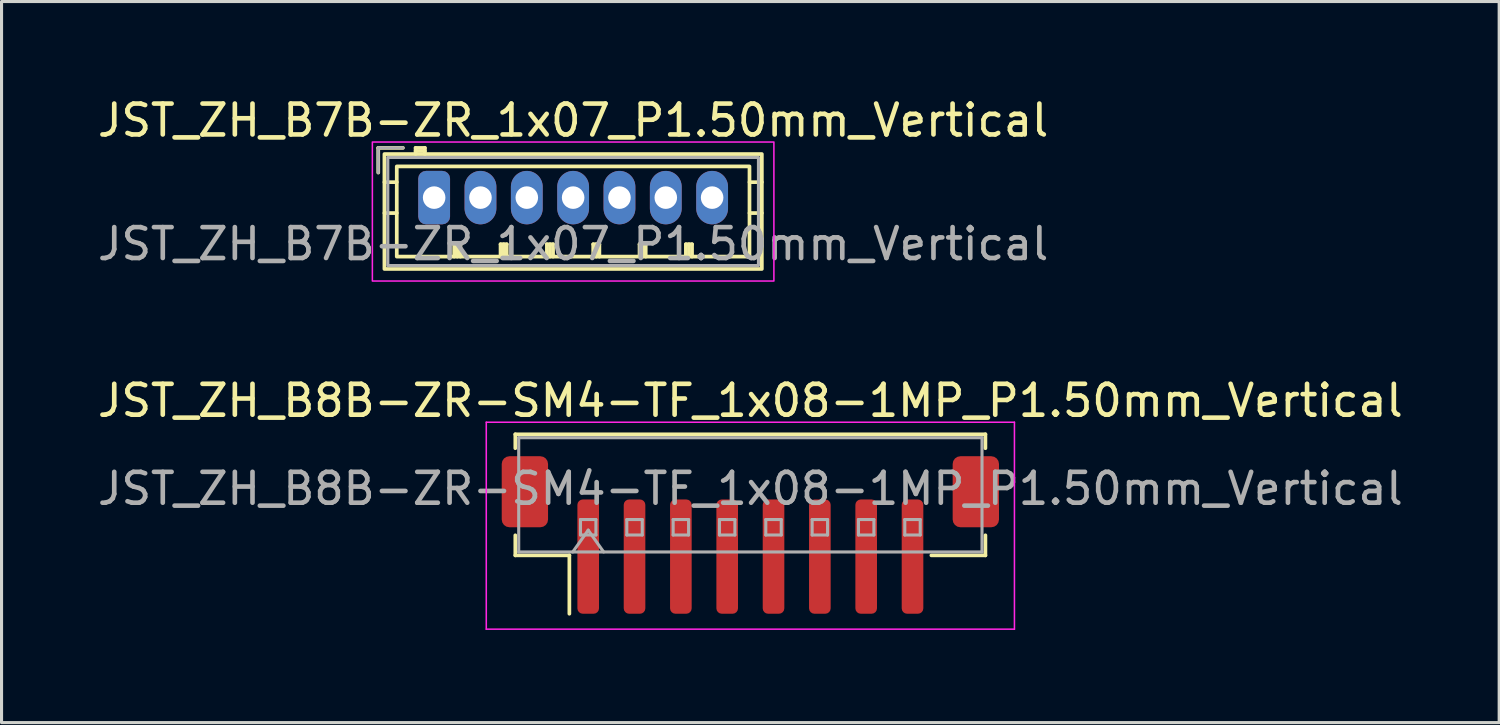
<source format=kicad_pcb>
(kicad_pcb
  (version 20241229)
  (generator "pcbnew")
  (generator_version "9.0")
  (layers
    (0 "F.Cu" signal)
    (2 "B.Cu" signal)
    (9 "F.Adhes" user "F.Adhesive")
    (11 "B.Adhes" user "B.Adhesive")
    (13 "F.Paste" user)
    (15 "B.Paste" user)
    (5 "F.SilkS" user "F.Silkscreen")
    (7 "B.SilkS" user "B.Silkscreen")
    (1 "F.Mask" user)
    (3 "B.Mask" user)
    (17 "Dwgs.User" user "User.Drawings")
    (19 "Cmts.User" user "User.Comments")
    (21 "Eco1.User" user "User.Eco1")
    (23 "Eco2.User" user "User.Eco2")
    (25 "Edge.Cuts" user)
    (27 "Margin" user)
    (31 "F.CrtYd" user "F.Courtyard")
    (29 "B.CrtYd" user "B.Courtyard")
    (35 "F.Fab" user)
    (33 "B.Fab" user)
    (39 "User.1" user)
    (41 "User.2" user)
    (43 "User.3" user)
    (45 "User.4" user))
  (footprint "JST_ZH_B8B-ZR-SM4-TF_1x08-1MP_P1.50mm_Vertical"
    (layer "F.Cu")
    (at 21.244 14.271)
    (property "Reference" "JST_ZH_B8B-ZR-SM4-TF_1x08-1MP_P1.50mm_Vertical" (at 0 -4.35 0) (layer "F.SilkS") (effects (font (size 1 1) (thickness 0.15))))
    (attr smd)
    (fp_line (start -7.61 -3.26) (end 7.61 -3.26) (stroke (width 0.12) (type solid)) (layer "F.SilkS"))
    (fp_line (start -7.61 -2.81) (end -7.61 -3.26) (stroke (width 0.12) (type solid)) (layer "F.SilkS"))
    (fp_line (start -7.61 0.01) (end -7.61 0.66) (stroke (width 0.12) (type solid)) (layer "F.SilkS"))
    (fp_line (start -7.61 0.66) (end -5.86 0.66) (stroke (width 0.12) (type solid)) (layer "F.SilkS"))
    (fp_line (start -5.86 0.66) (end -5.86 2.55) (stroke (width 0.12) (type solid)) (layer "F.SilkS"))
    (fp_line (start 7.61 -3.26) (end 7.61 -2.81) (stroke (width 0.12) (type solid)) (layer "F.SilkS"))
    (fp_line (start 7.61 0.01) (end 7.61 0.66) (stroke (width 0.12) (type solid)) (layer "F.SilkS"))
    (fp_line (start 7.61 0.66) (end 5.86 0.66) (stroke (width 0.12) (type solid)) (layer "F.SilkS"))
    (fp_line (start -8.55 -3.65) (end -8.55 3.05) (stroke (width 0.05) (type solid)) (layer "F.CrtYd"))
    (fp_line (start -8.55 3.05) (end 8.55 3.05) (stroke (width 0.05) (type solid)) (layer "F.CrtYd"))
    (fp_line (start 8.55 -3.65) (end -8.55 -3.65) (stroke (width 0.05) (type solid)) (layer "F.CrtYd"))
    (fp_line (start 8.55 3.05) (end 8.55 -3.65) (stroke (width 0.05) (type solid)) (layer "F.CrtYd"))
    (fp_line (start -7.5 -3.15) (end 7.5 -3.15) (stroke (width 0.1) (type solid)) (layer "F.Fab"))
    (fp_line (start -7.5 0.55) (end -7.5 -3.15) (stroke (width 0.1) (type solid)) (layer "F.Fab"))
    (fp_line (start -7.5 0.55) (end 7.5 0.55) (stroke (width 0.1) (type solid)) (layer "F.Fab"))
    (fp_line (start -5.75 0.55) (end -5.25 -0.157) (stroke (width 0.1) (type solid)) (layer "F.Fab"))
    (fp_line (start -5.5 -0.5) (end -5.5 0) (stroke (width 0.1) (type solid)) (layer "F.Fab"))
    (fp_line (start -5.5 0) (end -5 0) (stroke (width 0.1) (type solid)) (layer "F.Fab"))
    (fp_line (start -5.25 -0.157) (end -4.75 0.55) (stroke (width 0.1) (type solid)) (layer "F.Fab"))
    (fp_line (start -5 -0.5) (end -5.5 -0.5) (stroke (width 0.1) (type solid)) (layer "F.Fab"))
    (fp_line (start -5 0) (end -5 -0.5) (stroke (width 0.1) (type solid)) (layer "F.Fab"))
    (fp_line (start -4 -0.5) (end -4 0) (stroke (width 0.1) (type solid)) (layer "F.Fab"))
    (fp_line (start -4 0) (end -3.5 0) (stroke (width 0.1) (type solid)) (layer "F.Fab"))
    (fp_line (start -3.5 -0.5) (end -4 -0.5) (stroke (width 0.1) (type solid)) (layer "F.Fab"))
    (fp_line (start -3.5 0) (end -3.5 -0.5) (stroke (width 0.1) (type solid)) (layer "F.Fab"))
    (fp_line (start -2.5 -0.5) (end -2.5 0) (stroke (width 0.1) (type solid)) (layer "F.Fab"))
    (fp_line (start -2.5 0) (end -2 0) (stroke (width 0.1) (type solid)) (layer "F.Fab"))
    (fp_line (start -2 -0.5) (end -2.5 -0.5) (stroke (width 0.1) (type solid)) (layer "F.Fab"))
    (fp_line (start -2 0) (end -2 -0.5) (stroke (width 0.1) (type solid)) (layer "F.Fab"))
    (fp_line (start -1 -0.5) (end -1 0) (stroke (width 0.1) (type solid)) (layer "F.Fab"))
    (fp_line (start -1 0) (end -0.5 0) (stroke (width 0.1) (type solid)) (layer "F.Fab"))
    (fp_line (start -0.5 -0.5) (end -1 -0.5) (stroke (width 0.1) (type solid)) (layer "F.Fab"))
    (fp_line (start -0.5 0) (end -0.5 -0.5) (stroke (width 0.1) (type solid)) (layer "F.Fab"))
    (fp_line (start 0.5 -0.5) (end 0.5 0) (stroke (width 0.1) (type solid)) (layer "F.Fab"))
    (fp_line (start 0.5 0) (end 1 0) (stroke (width 0.1) (type solid)) (layer "F.Fab"))
    (fp_line (start 1 -0.5) (end 0.5 -0.5) (stroke (width 0.1) (type solid)) (layer "F.Fab"))
    (fp_line (start 1 0) (end 1 -0.5) (stroke (width 0.1) (type solid)) (layer "F.Fab"))
    (fp_line (start 2 -0.5) (end 2 0) (stroke (width 0.1) (type solid)) (layer "F.Fab"))
    (fp_line (start 2 0) (end 2.5 0) (stroke (width 0.1) (type solid)) (layer "F.Fab"))
    (fp_line (start 2.5 -0.5) (end 2 -0.5) (stroke (width 0.1) (type solid)) (layer "F.Fab"))
    (fp_line (start 2.5 0) (end 2.5 -0.5) (stroke (width 0.1) (type solid)) (layer "F.Fab"))
    (fp_line (start 3.5 -0.5) (end 3.5 0) (stroke (width 0.1) (type solid)) (layer "F.Fab"))
    (fp_line (start 3.5 0) (end 4 0) (stroke (width 0.1) (type solid)) (layer "F.Fab"))
    (fp_line (start 4 -0.5) (end 3.5 -0.5) (stroke (width 0.1) (type solid)) (layer "F.Fab"))
    (fp_line (start 4 0) (end 4 -0.5) (stroke (width 0.1) (type solid)) (layer "F.Fab"))
    (fp_line (start 5 -0.5) (end 5 0) (stroke (width 0.1) (type solid)) (layer "F.Fab"))
    (fp_line (start 5 0) (end 5.5 0) (stroke (width 0.1) (type solid)) (layer "F.Fab"))
    (fp_line (start 5.5 -0.5) (end 5 -0.5) (stroke (width 0.1) (type solid)) (layer "F.Fab"))
    (fp_line (start 5.5 0) (end 5.5 -0.5) (stroke (width 0.1) (type solid)) (layer "F.Fab"))
    (fp_line (start 7.5 0.55) (end 7.5 -3.15) (stroke (width 0.1) (type solid)) (layer "F.Fab"))
    (fp_text user "${REFERENCE}" (at 0 -1.5 0) (layer "F.Fab") (effects (font (size 1 1) (thickness 0.15))))
    (pad "1" smd roundrect (at -5.25 0.7) (size 0.7 3.7) (layers "F.Cu" "F.Mask" "F.Paste") (roundrect_rratio 0.25))
    (pad "2" smd roundrect (at -3.75 0.7) (size 0.7 3.7) (layers "F.Cu" "F.Mask" "F.Paste") (roundrect_rratio 0.25))
    (pad "3" smd roundrect (at -2.25 0.7) (size 0.7 3.7) (layers "F.Cu" "F.Mask" "F.Paste") (roundrect_rratio 0.25))
    (pad "4" smd roundrect (at -0.75 0.7) (size 0.7 3.7) (layers "F.Cu" "F.Mask" "F.Paste") (roundrect_rratio 0.25))
    (pad "5" smd roundrect (at 0.75 0.7) (size 0.7 3.7) (layers "F.Cu" "F.Mask" "F.Paste") (roundrect_rratio 0.25))
    (pad "6" smd roundrect (at 2.25 0.7) (size 0.7 3.7) (layers "F.Cu" "F.Mask" "F.Paste") (roundrect_rratio 0.25))
    (pad "7" smd roundrect (at 3.75 0.7) (size 0.7 3.7) (layers "F.Cu" "F.Mask" "F.Paste") (roundrect_rratio 0.25))
    (pad "8" smd roundrect (at 5.25 0.7) (size 0.7 3.7) (layers "F.Cu" "F.Mask" "F.Paste") (roundrect_rratio 0.25))
    (pad "MP" smd roundrect (at -7.3 -1.4) (size 1.5 2.3) (layers "F.Cu" "F.Mask" "F.Paste") (roundrect_rratio 0.167))
    (pad "MP" smd roundrect (at 7.3 -1.4) (size 1.5 2.3) (layers "F.Cu" "F.Mask" "F.Paste") (roundrect_rratio 0.167)))
  (footprint "JST_ZH_B7B-ZR_1x07_P1.50mm_Vertical"
    (layer "F.Cu")
    (at 11.006 3.348)
    (property "Reference" "JST_ZH_B7B-ZR_1x07_P1.50mm_Vertical" (at 4.5 -2.5 0) (layer "F.SilkS") (effects (font (size 1 1) (thickness 0.15))))
    (attr through_hole)
    (fp_line (start -1.81 -1.61) (end -1.81 -0.81) (stroke (width 0.12) (type solid)) (layer "F.SilkS"))
    (fp_line (start -1.61 -0.5) (end -1.21 -0.5) (stroke (width 0.12) (type solid)) (layer "F.SilkS"))
    (fp_line (start -1.61 0.5) (end -1.21 0.5) (stroke (width 0.12) (type solid)) (layer "F.SilkS"))
    (fp_line (start -1.01 -1.61) (end -1.81 -1.61) (stroke (width 0.12) (type solid)) (layer "F.SilkS"))
    (fp_line (start -0.6 -1.61) (end -0.6 -1.41) (stroke (width 0.12) (type solid)) (layer "F.SilkS"))
    (fp_line (start -0.3 -1.61) (end -0.6 -1.61) (stroke (width 0.12) (type solid)) (layer "F.SilkS"))
    (fp_line (start -0.3 -1.51) (end -0.6 -1.51) (stroke (width 0.12) (type solid)) (layer "F.SilkS"))
    (fp_line (start -0.3 -1.41) (end -0.3 -1.61) (stroke (width 0.12) (type solid)) (layer "F.SilkS"))
    (fp_line (start 0.65 1.51) (end 0.85 1.51) (stroke (width 0.12) (type solid)) (layer "F.SilkS"))
    (fp_line (start 0.65 1.91) (end 0.65 1.51) (stroke (width 0.12) (type solid)) (layer "F.SilkS"))
    (fp_line (start 0.75 1.91) (end 0.75 1.51) (stroke (width 0.12) (type solid)) (layer "F.SilkS"))
    (fp_line (start 0.85 1.51) (end 0.85 1.91) (stroke (width 0.12) (type solid)) (layer "F.SilkS"))
    (fp_line (start 2.15 1.51) (end 2.35 1.51) (stroke (width 0.12) (type solid)) (layer "F.SilkS"))
    (fp_line (start 2.15 1.91) (end 2.15 1.51) (stroke (width 0.12) (type solid)) (layer "F.SilkS"))
    (fp_line (start 2.25 1.91) (end 2.25 1.51) (stroke (width 0.12) (type solid)) (layer "F.SilkS"))
    (fp_line (start 2.35 1.51) (end 2.35 1.91) (stroke (width 0.12) (type solid)) (layer "F.SilkS"))
    (fp_line (start 3.65 1.51) (end 3.85 1.51) (stroke (width 0.12) (type solid)) (layer "F.SilkS"))
    (fp_line (start 3.65 1.91) (end 3.65 1.51) (stroke (width 0.12) (type solid)) (layer "F.SilkS"))
    (fp_line (start 3.75 1.91) (end 3.75 1.51) (stroke (width 0.12) (type solid)) (layer "F.SilkS"))
    (fp_line (start 3.85 1.51) (end 3.85 1.91) (stroke (width 0.12) (type solid)) (layer "F.SilkS"))
    (fp_line (start 5.15 1.51) (end 5.35 1.51) (stroke (width 0.12) (type solid)) (layer "F.SilkS"))
    (fp_line (start 5.15 1.91) (end 5.15 1.51) (stroke (width 0.12) (type solid)) (layer "F.SilkS"))
    (fp_line (start 5.25 1.91) (end 5.25 1.51) (stroke (width 0.12) (type solid)) (layer "F.SilkS"))
    (fp_line (start 5.35 1.51) (end 5.35 1.91) (stroke (width 0.12) (type solid)) (layer "F.SilkS"))
    (fp_line (start 6.65 1.51) (end 6.85 1.51) (stroke (width 0.12) (type solid)) (layer "F.SilkS"))
    (fp_line (start 6.65 1.91) (end 6.65 1.51) (stroke (width 0.12) (type solid)) (layer "F.SilkS"))
    (fp_line (start 6.75 1.91) (end 6.75 1.51) (stroke (width 0.12) (type solid)) (layer "F.SilkS"))
    (fp_line (start 6.85 1.51) (end 6.85 1.91) (stroke (width 0.12) (type solid)) (layer "F.SilkS"))
    (fp_line (start 8.15 1.51) (end 8.35 1.51) (stroke (width 0.12) (type solid)) (layer "F.SilkS"))
    (fp_line (start 8.15 1.91) (end 8.15 1.51) (stroke (width 0.12) (type solid)) (layer "F.SilkS"))
    (fp_line (start 8.25 1.91) (end 8.25 1.51) (stroke (width 0.12) (type solid)) (layer "F.SilkS"))
    (fp_line (start 8.35 1.51) (end 8.35 1.91) (stroke (width 0.12) (type solid)) (layer "F.SilkS"))
    (fp_line (start 10.61 -0.5) (end 10.21 -0.5) (stroke (width 0.12) (type solid)) (layer "F.SilkS"))
    (fp_line (start 10.61 0.5) (end 10.21 0.5) (stroke (width 0.12) (type solid)) (layer "F.SilkS"))
    (fp_rect (start -1.61 -1.41) (end 10.61 2.31) (stroke (width 0.12) (type solid)) (fill no) (layer "F.SilkS"))
    (fp_rect (start -1.21 -1.01) (end 10.21 1.91) (stroke (width 0.12) (type solid)) (fill no) (layer "F.SilkS"))
    (fp_rect (start -2 -1.8) (end 11 2.7) (stroke (width 0.05) (type solid)) (fill no) (layer "F.CrtYd"))
    (fp_line (start -1.81 -1.61) (end -1.81 -0.81) (stroke (width 0.1) (type solid)) (layer "F.Fab"))
    (fp_line (start -1.01 -1.61) (end -1.81 -1.61) (stroke (width 0.1) (type solid)) (layer "F.Fab"))
    (fp_rect (start -1.5 -1.3) (end 10.5 2.2) (stroke (width 0.1) (type solid)) (fill no) (layer "F.Fab"))
    (fp_text user "${REFERENCE}" (at 4.5 1.5 0) (layer "F.Fab") (effects (font (size 1 1) (thickness 0.15))))
    (pad "1" thru_hole roundrect (at 0 0) (size 1.03 1.73) (drill 0.73) (layers "*.Cu" "*.Mask") (roundrect_rratio 0.243))
    (pad "2" thru_hole oval (at 1.5 0) (size 1.03 1.73) (drill 0.73) (layers "*.Cu" "*.Mask"))
    (pad "3" thru_hole oval (at 3 0) (size 1.03 1.73) (drill 0.73) (layers "*.Cu" "*.Mask"))
    (pad "4" thru_hole oval (at 4.5 0) (size 1.03 1.73) (drill 0.73) (layers "*.Cu" "*.Mask"))
    (pad "5" thru_hole oval (at 6 0) (size 1.03 1.73) (drill 0.73) (layers "*.Cu" "*.Mask"))
    (pad "6" thru_hole oval (at 7.5 0) (size 1.03 1.73) (drill 0.73) (layers "*.Cu" "*.Mask"))
    (pad "7" thru_hole oval (at 9 0) (size 1.03 1.73) (drill 0.73) (layers "*.Cu" "*.Mask")))
  (gr_rect
    (start -3 -3)
    (end 45.488 20.346)
    (stroke (width 0.1) (type default))
    (fill no)
    (layer "Edge.Cuts")))
</source>
